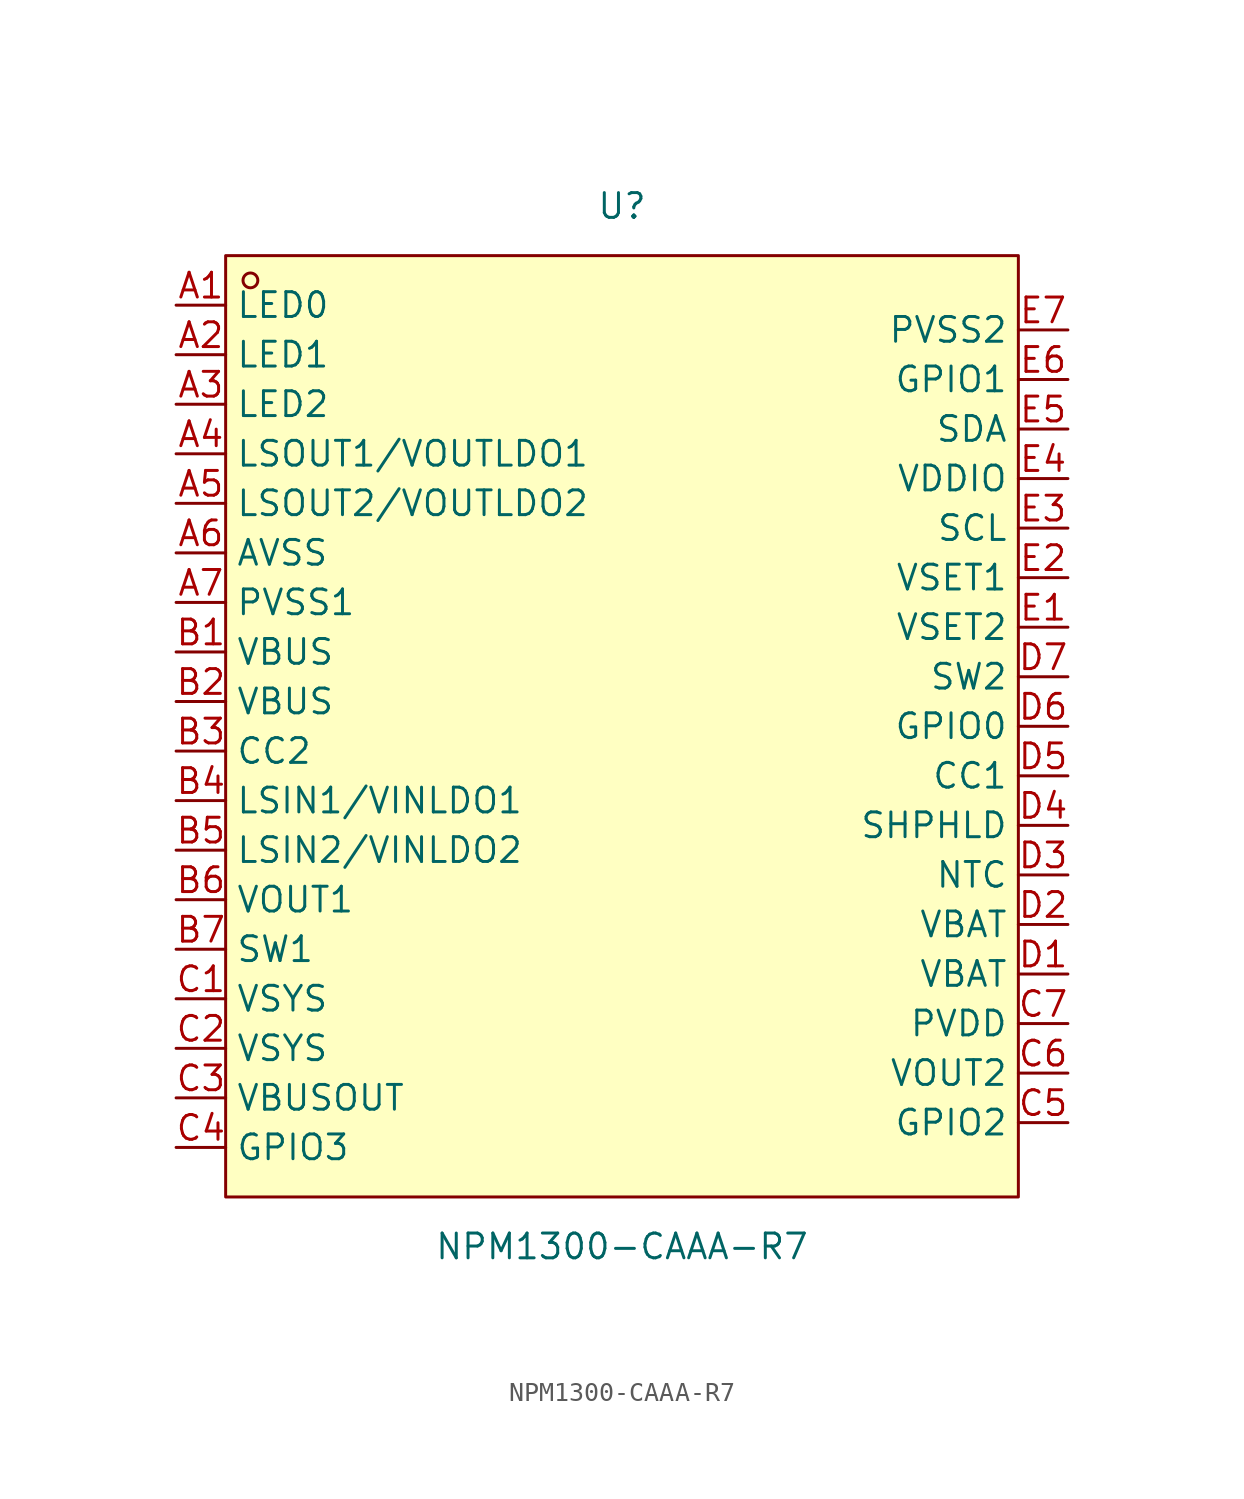
<source format=kicad_sym>
(kicad_symbol_lib
  (version 20211014)
  (generator https://github.com/uPesy/easyeda2kicad.py)
  (symbol "NPM1300-CAAA-R7"
    (property "Reference" "U"
      (at 0 26.67 0)
      (effects (font (size 1.27 1.27))))
    (property "Value" "NPM1300-CAAA-R7"
      (at 0 -26.67 0)
      (effects (font (size 1.27 1.27))))
    (symbol "NPM1300-CAAA-R7_0_1"
      (rectangle (start -20.32 24.13) (end 20.32 -24.13) (stroke (width 0) (type default) (color 0 0 0 0)) (fill (type background)))
      (circle (center -19.05 22.86) (radius 0.38) (stroke (width 0) (type default) (color 0 0 0 0)) (fill (type none)))
      (pin unspecified line (at -22.86 21.59 0) (length 2.54) (name "LED0" (effects (font (size 1.27 1.27)))) (number "A1" (effects (font (size 1.27 1.27)))))
      (pin unspecified line (at -22.86 19.05 0) (length 2.54) (name "LED1" (effects (font (size 1.27 1.27)))) (number "A2" (effects (font (size 1.27 1.27)))))
      (pin unspecified line (at -22.86 16.51 0) (length 2.54) (name "LED2" (effects (font (size 1.27 1.27)))) (number "A3" (effects (font (size 1.27 1.27)))))
      (pin unspecified line (at -22.86 13.97 0) (length 2.54) (name "LSOUT1/VOUTLDO1" (effects (font (size 1.27 1.27)))) (number "A4" (effects (font (size 1.27 1.27)))))
      (pin unspecified line (at -22.86 11.43 0) (length 2.54) (name "LSOUT2/VOUTLDO2" (effects (font (size 1.27 1.27)))) (number "A5" (effects (font (size 1.27 1.27)))))
      (pin unspecified line (at -22.86 8.89 0) (length 2.54) (name "AVSS" (effects (font (size 1.27 1.27)))) (number "A6" (effects (font (size 1.27 1.27)))))
      (pin unspecified line (at -22.86 6.35 0) (length 2.54) (name "PVSS1" (effects (font (size 1.27 1.27)))) (number "A7" (effects (font (size 1.27 1.27)))))
      (pin unspecified line (at -22.86 3.81 0) (length 2.54) (name "VBUS" (effects (font (size 1.27 1.27)))) (number "B1" (effects (font (size 1.27 1.27)))))
      (pin unspecified line (at -22.86 1.27 0) (length 2.54) (name "VBUS" (effects (font (size 1.27 1.27)))) (number "B2" (effects (font (size 1.27 1.27)))))
      (pin unspecified line (at -22.86 -1.27 0) (length 2.54) (name "CC2" (effects (font (size 1.27 1.27)))) (number "B3" (effects (font (size 1.27 1.27)))))
      (pin unspecified line (at -22.86 -3.81 0) (length 2.54) (name "LSIN1/VINLDO1" (effects (font (size 1.27 1.27)))) (number "B4" (effects (font (size 1.27 1.27)))))
      (pin unspecified line (at -22.86 -6.35 0) (length 2.54) (name "LSIN2/VINLDO2" (effects (font (size 1.27 1.27)))) (number "B5" (effects (font (size 1.27 1.27)))))
      (pin unspecified line (at -22.86 -8.89 0) (length 2.54) (name "VOUT1" (effects (font (size 1.27 1.27)))) (number "B6" (effects (font (size 1.27 1.27)))))
      (pin unspecified line (at -22.86 -11.43 0) (length 2.54) (name "SW1" (effects (font (size 1.27 1.27)))) (number "B7" (effects (font (size 1.27 1.27)))))
      (pin unspecified line (at -22.86 -13.97 0) (length 2.54) (name "VSYS" (effects (font (size 1.27 1.27)))) (number "C1" (effects (font (size 1.27 1.27)))))
      (pin unspecified line (at -22.86 -16.51 0) (length 2.54) (name "VSYS" (effects (font (size 1.27 1.27)))) (number "C2" (effects (font (size 1.27 1.27)))))
      (pin unspecified line (at -22.86 -19.05 0) (length 2.54) (name "VBUSOUT" (effects (font (size 1.27 1.27)))) (number "C3" (effects (font (size 1.27 1.27)))))
      (pin unspecified line (at -22.86 -21.59 0) (length 2.54) (name "GPIO3" (effects (font (size 1.27 1.27)))) (number "C4" (effects (font (size 1.27 1.27)))))
      (pin unspecified line (at 22.86 -20.32 180) (length 2.54) (name "GPIO2" (effects (font (size 1.27 1.27)))) (number "C5" (effects (font (size 1.27 1.27)))))
      (pin unspecified line (at 22.86 -17.78 180) (length 2.54) (name "VOUT2" (effects (font (size 1.27 1.27)))) (number "C6" (effects (font (size 1.27 1.27)))))
      (pin unspecified line (at 22.86 -15.24 180) (length 2.54) (name "PVDD" (effects (font (size 1.27 1.27)))) (number "C7" (effects (font (size 1.27 1.27)))))
      (pin unspecified line (at 22.86 -12.70 180) (length 2.54) (name "VBAT" (effects (font (size 1.27 1.27)))) (number "D1" (effects (font (size 1.27 1.27)))))
      (pin unspecified line (at 22.86 -10.16 180) (length 2.54) (name "VBAT" (effects (font (size 1.27 1.27)))) (number "D2" (effects (font (size 1.27 1.27)))))
      (pin unspecified line (at 22.86 -7.62 180) (length 2.54) (name "NTC" (effects (font (size 1.27 1.27)))) (number "D3" (effects (font (size 1.27 1.27)))))
      (pin unspecified line (at 22.86 -5.08 180) (length 2.54) (name "SHPHLD" (effects (font (size 1.27 1.27)))) (number "D4" (effects (font (size 1.27 1.27)))))
      (pin unspecified line (at 22.86 -2.54 180) (length 2.54) (name "CC1" (effects (font (size 1.27 1.27)))) (number "D5" (effects (font (size 1.27 1.27)))))
      (pin unspecified line (at 22.86 -0.00 180) (length 2.54) (name "GPIO0" (effects (font (size 1.27 1.27)))) (number "D6" (effects (font (size 1.27 1.27)))))
      (pin unspecified line (at 22.86 2.54 180) (length 2.54) (name "SW2" (effects (font (size 1.27 1.27)))) (number "D7" (effects (font (size 1.27 1.27)))))
      (pin unspecified line (at 22.86 5.08 180) (length 2.54) (name "VSET2" (effects (font (size 1.27 1.27)))) (number "E1" (effects (font (size 1.27 1.27)))))
      (pin unspecified line (at 22.86 7.62 180) (length 2.54) (name "VSET1" (effects (font (size 1.27 1.27)))) (number "E2" (effects (font (size 1.27 1.27)))))
      (pin unspecified line (at 22.86 10.16 180) (length 2.54) (name "SCL" (effects (font (size 1.27 1.27)))) (number "E3" (effects (font (size 1.27 1.27)))))
      (pin unspecified line (at 22.86 12.70 180) (length 2.54) (name "VDDIO" (effects (font (size 1.27 1.27)))) (number "E4" (effects (font (size 1.27 1.27)))))
      (pin unspecified line (at 22.86 15.24 180) (length 2.54) (name "SDA" (effects (font (size 1.27 1.27)))) (number "E5" (effects (font (size 1.27 1.27)))))
      (pin unspecified line (at 22.86 17.78 180) (length 2.54) (name "GPIO1" (effects (font (size 1.27 1.27)))) (number "E6" (effects (font (size 1.27 1.27)))))
      (pin unspecified line (at 22.86 20.32 180) (length 2.54) (name "PVSS2" (effects (font (size 1.27 1.27)))) (number "E7" (effects (font (size 1.27 1.27))))))))
</source>
